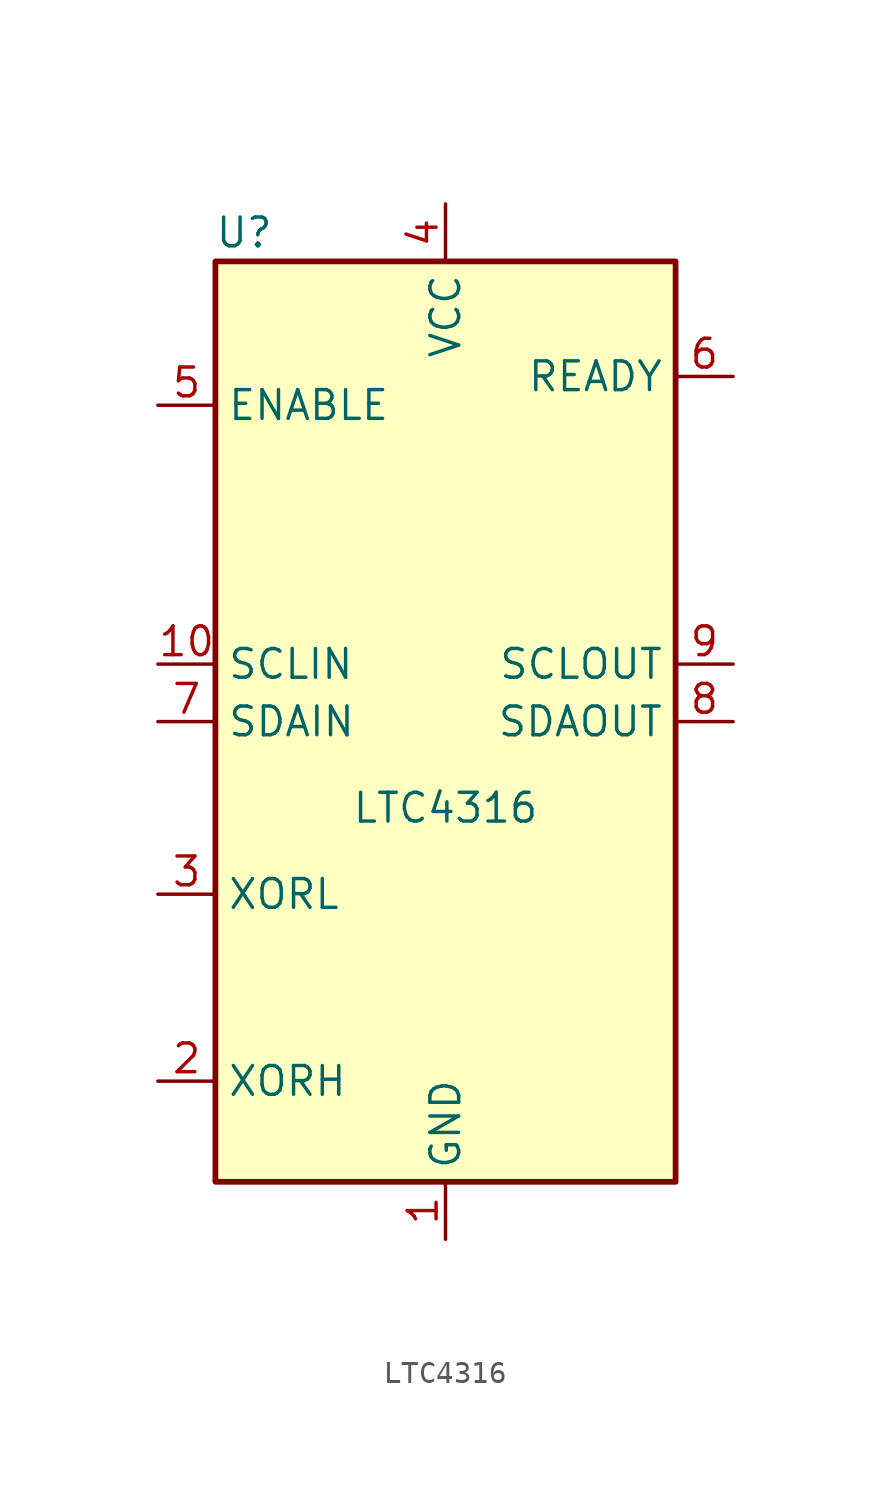
<source format=kicad_sym>
(kicad_symbol_lib
  (version 20220914)
  (generator kicad_symbol_editor)
  (symbol "LTC4316"
    (property "Reference" "U"
      (at -8.89 21.59 0)
      (effects (font (size 1.27 1.27))))
    (property "Value" "LTC4316"
      (at 0 -3.81 0)
      (effects (font (size 1.27 1.27))))
    (symbol "LTC4316_0_1"
      (rectangle (start -10.16 20.32) (end 10.16 -20.32) (stroke (width 0.254) (type default)) (fill (type background))))
    (symbol "LTC4316_1_1"
      (pin power_in line (at 0 -22.86 90) (length 2.54) (name "GND" (effects (font (size 1.27 1.27)))) (number "1" (effects (font (size 1.27 1.27)))))
      (pin input line (at -12.7 2.54 0) (length 2.54) (name "SCLIN" (effects (font (size 1.27 1.27)))) (number "10" (effects (font (size 1.27 1.27)))))
      (pin input line (at -12.7 -15.875 0) (length 2.54) (name "XORH" (effects (font (size 1.27 1.27)))) (number "2" (effects (font (size 1.27 1.27)))))
      (pin input line (at -12.7 -7.62 0) (length 2.54) (name "XORL" (effects (font (size 1.27 1.27)))) (number "3" (effects (font (size 1.27 1.27)))))
      (pin power_in line (at 0 22.86 270) (length 2.54) (name "VCC" (effects (font (size 1.27 1.27)))) (number "4" (effects (font (size 1.27 1.27)))))
      (pin input line (at -12.7 13.97 0) (length 2.54) (name "ENABLE" (effects (font (size 1.27 1.27)))) (number "5" (effects (font (size 1.27 1.27)))))
      (pin open_collector line (at 12.7 15.24 180) (length 2.54) (name "READY" (effects (font (size 1.27 1.27)))) (number "6" (effects (font (size 1.27 1.27)))))
      (pin bidirectional line (at -12.7 0 0) (length 2.54) (name "SDAIN" (effects (font (size 1.27 1.27)))) (number "7" (effects (font (size 1.27 1.27)))))
      (pin bidirectional line (at 12.7 0 180) (length 2.54) (name "SDAOUT" (effects (font (size 1.27 1.27)))) (number "8" (effects (font (size 1.27 1.27)))))
      (pin output line (at 12.7 2.54 180) (length 2.54) (name "SCLOUT" (effects (font (size 1.27 1.27)))) (number "9" (effects (font (size 1.27 1.27))))))))
</source>
